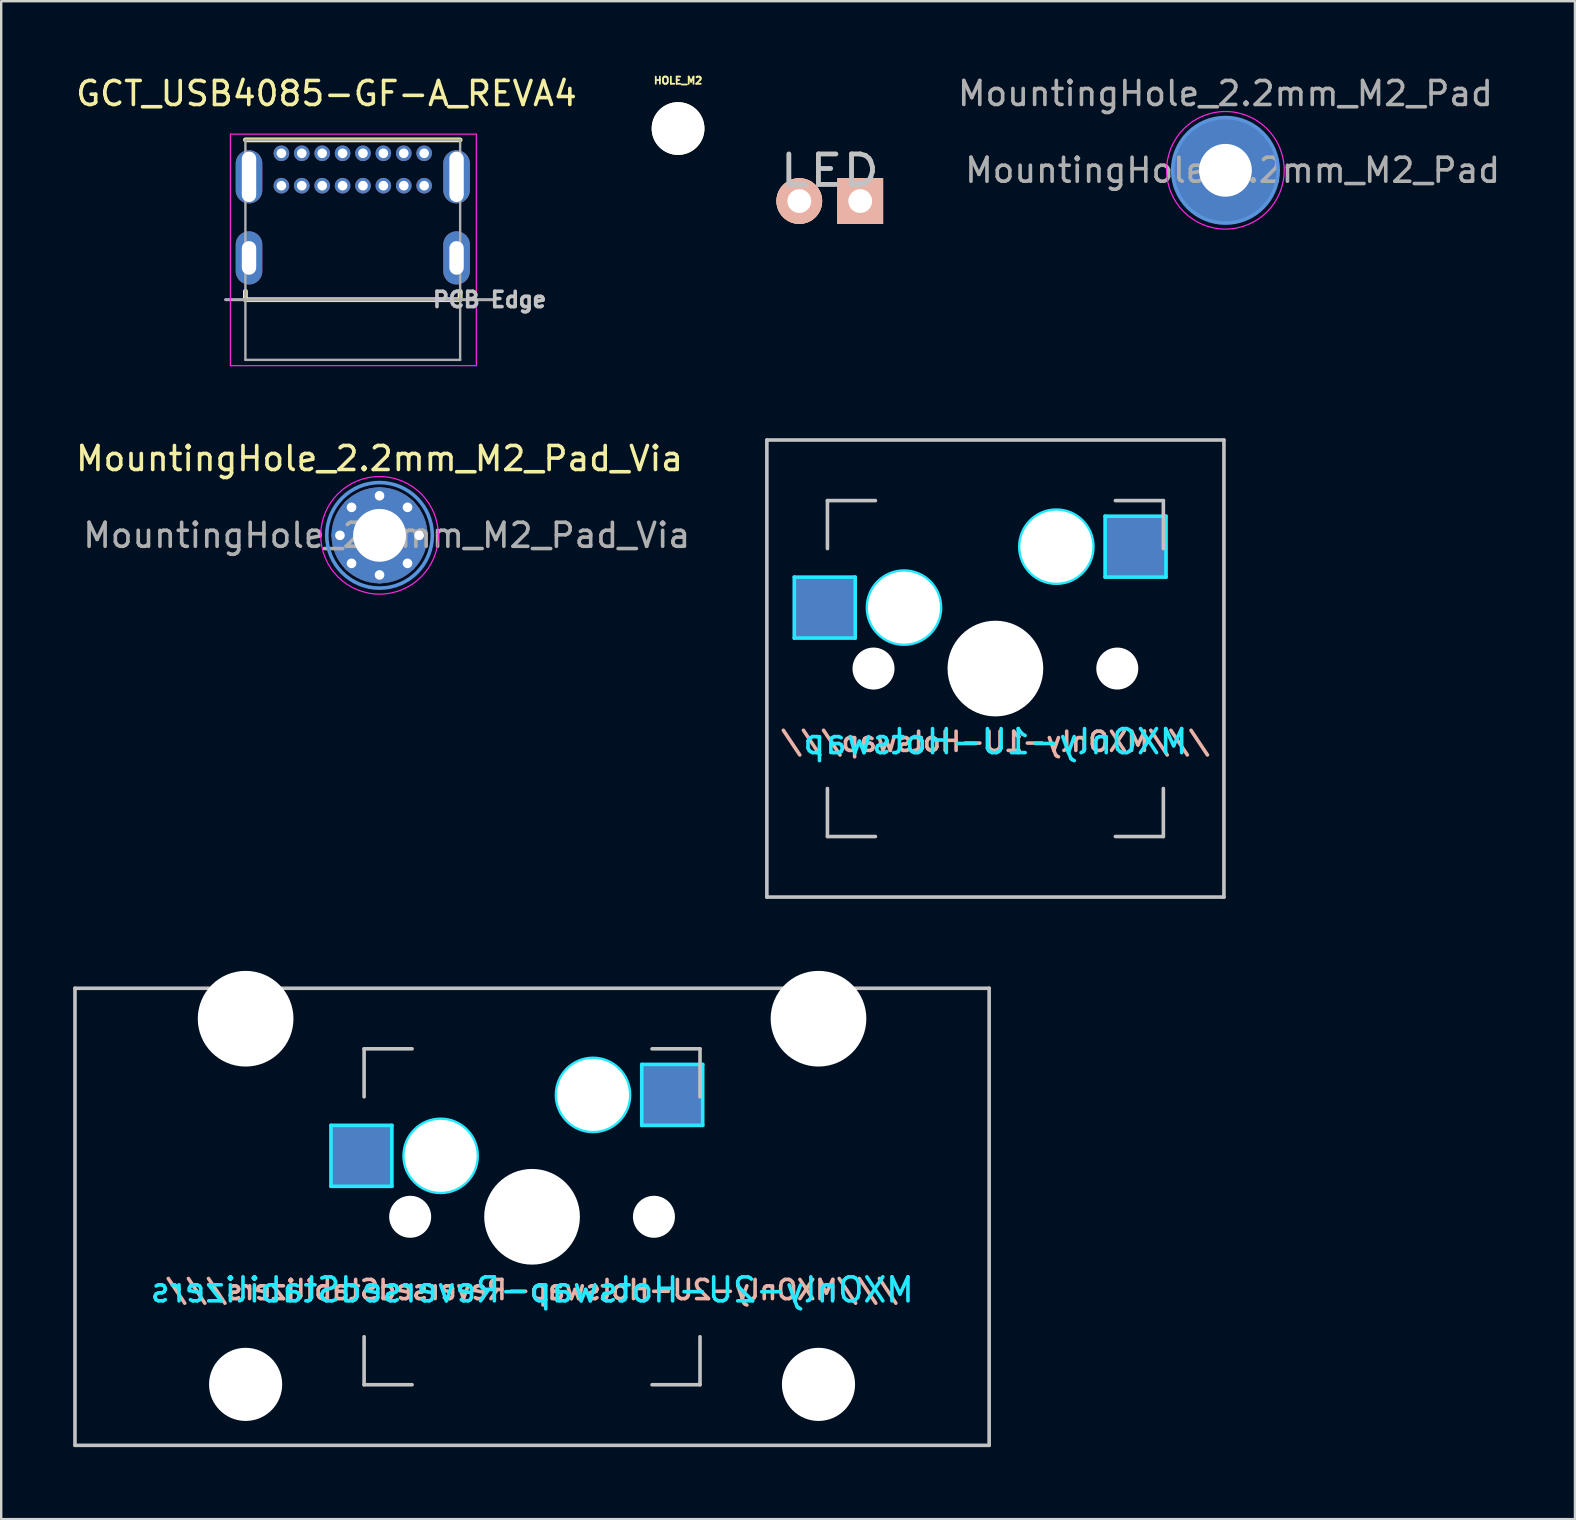
<source format=kicad_pcb>
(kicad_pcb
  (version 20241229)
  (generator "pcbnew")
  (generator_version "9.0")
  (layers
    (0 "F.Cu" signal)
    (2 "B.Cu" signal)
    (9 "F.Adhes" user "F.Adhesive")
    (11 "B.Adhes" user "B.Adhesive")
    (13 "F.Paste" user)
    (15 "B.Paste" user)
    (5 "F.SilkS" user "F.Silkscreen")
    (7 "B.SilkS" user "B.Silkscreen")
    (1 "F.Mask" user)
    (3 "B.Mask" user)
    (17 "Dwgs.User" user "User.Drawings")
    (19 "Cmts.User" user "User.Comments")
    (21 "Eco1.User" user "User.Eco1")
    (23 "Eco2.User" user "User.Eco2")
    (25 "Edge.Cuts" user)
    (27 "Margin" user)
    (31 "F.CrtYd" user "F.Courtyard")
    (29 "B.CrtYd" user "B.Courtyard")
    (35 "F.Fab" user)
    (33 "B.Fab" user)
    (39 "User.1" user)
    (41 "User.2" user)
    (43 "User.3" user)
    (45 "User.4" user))
  (footprint "MXOnly-1U-Hotswap"
    (layer "F.Cu")
    (at 38.436 24.814)
    (property "Reference" "MXOnly-1U-Hotswap" (at 0 3.048 0) (layer "B.CrtYd") (effects (font (size 1 1) (thickness 0.15)) (justify mirror)))
    (attr smd)
    (fp_line (start -9.525 -9.525) (end 9.525 -9.525) (stroke (width 0.15) (type solid)) (layer "Dwgs.User"))
    (fp_line (start -9.525 9.525) (end -9.525 -9.525) (stroke (width 0.15) (type solid)) (layer "Dwgs.User"))
    (fp_line (start -7 -7) (end -7 -5) (stroke (width 0.15) (type solid)) (layer "Dwgs.User"))
    (fp_line (start -7 5) (end -7 7) (stroke (width 0.15) (type solid)) (layer "Dwgs.User"))
    (fp_line (start -7 7) (end -5 7) (stroke (width 0.15) (type solid)) (layer "Dwgs.User"))
    (fp_line (start -5 -7) (end -7 -7) (stroke (width 0.15) (type solid)) (layer "Dwgs.User"))
    (fp_line (start 5 -7) (end 7 -7) (stroke (width 0.15) (type solid)) (layer "Dwgs.User"))
    (fp_line (start 5 7) (end 7 7) (stroke (width 0.15) (type solid)) (layer "Dwgs.User"))
    (fp_line (start 7 -7) (end 7 -5) (stroke (width 0.15) (type solid)) (layer "Dwgs.User"))
    (fp_line (start 7 7) (end 7 5) (stroke (width 0.15) (type solid)) (layer "Dwgs.User"))
    (fp_line (start 9.525 -9.525) (end 9.525 9.525) (stroke (width 0.15) (type solid)) (layer "Dwgs.User"))
    (fp_line (start 9.525 9.525) (end -9.525 9.525) (stroke (width 0.15) (type solid)) (layer "Dwgs.User"))
    (fp_line (start -8.382 -3.81) (end -8.382 -1.27) (stroke (width 0.15) (type solid)) (layer "B.CrtYd"))
    (fp_line (start -8.382 -1.27) (end -5.842 -1.27) (stroke (width 0.15) (type solid)) (layer "B.CrtYd"))
    (fp_line (start -5.842 -3.81) (end -8.382 -3.81) (stroke (width 0.15) (type solid)) (layer "B.CrtYd"))
    (fp_line (start -5.842 -1.27) (end -5.842 -3.81) (stroke (width 0.15) (type solid)) (layer "B.CrtYd"))
    (fp_line (start 4.572 -6.35) (end 7.112 -6.35) (stroke (width 0.15) (type solid)) (layer "B.CrtYd"))
    (fp_line (start 4.572 -3.81) (end 4.572 -6.35) (stroke (width 0.15) (type solid)) (layer "B.CrtYd"))
    (fp_line (start 7.112 -6.35) (end 7.112 -3.81) (stroke (width 0.15) (type solid)) (layer "B.CrtYd"))
    (fp_line (start 7.112 -3.81) (end 4.572 -3.81) (stroke (width 0.15) (type solid)) (layer "B.CrtYd"))
    (fp_circle (center -3.81 -2.54) (end -3.81 -4.064) (stroke (width 0.15) (type solid)) (fill no) (layer "B.CrtYd"))
    (fp_circle (center 2.54 -5.08) (end 2.54 -6.604) (stroke (width 0.15) (type solid)) (fill no) (layer "B.CrtYd"))
    (fp_text user "///${REFERENCE}///" (at 0 3.048 0) (layer "B.SilkS") (effects (font (size 0.8 0.8) (thickness 0.15)) (justify mirror)))
    (pad "" np_thru_hole circle (at -5.08 0 48.1) (size 1.75 1.75) (drill 1.75) (layers "*.Cu" "*.Mask"))
    (pad "" np_thru_hole circle (at -3.81 -2.54) (size 3 3) (drill 3) (layers "*.Cu" "*.Mask"))
    (pad "" np_thru_hole circle (at 0 0) (size 3.988 3.988) (drill 3.988) (layers "*.Cu" "*.Mask"))
    (pad "" np_thru_hole circle (at 2.54 -5.08) (size 3 3) (drill 3) (layers "*.Cu" "*.Mask"))
    (pad "" np_thru_hole circle (at 5.08 0 48.1) (size 1.75 1.75) (drill 1.75) (layers "*.Cu" "*.Mask"))
    (pad "1" smd rect (at -7.085 -2.54) (size 2.55 2.5) (layers "B.Cu" "B.Mask" "B.Paste"))
    (pad "2" smd rect (at 5.842 -5.08) (size 2.55 2.5) (layers "B.Cu" "B.Mask" "B.Paste")))
  (footprint "HOLE_M2"
    (layer "F.Cu")
    (at 25.21 2.307)
    (property "Reference" "HOLE_M2" (at 0 -2 0) (layer "F.SilkS") (effects (font (size 0.3 0.3) (thickness 0.075))))
    (attr through_hole)
    (pad "" np_thru_hole circle (at 0 0) (size 2.2 2.2) (drill 2.2) (layers "*.Cu" "*.Mask" "F.SilkS")))
  (footprint "MountingHole_2.2mm_M2_Pad"
    (layer "F.Cu")
    (at 48.023 4.048)
    (property "Reference" "MountingHole_2.2mm_M2_Pad" (at 0 -3.2 0) (layer "F.Fab") (effects (font (size 1 1) (thickness 0.15))))
    (attr exclude_from_pos_files exclude_from_bom)
    (fp_circle (center 0 0) (end 2.2 0) (stroke (width 0.15) (type solid)) (fill no) (layer "Cmts.User"))
    (fp_circle (center 0 0) (end 2.45 0) (stroke (width 0.05) (type solid)) (fill no) (layer "F.CrtYd"))
    (fp_text user "${REFERENCE}" (at 0.3 0 0) (layer "F.Fab") (effects (font (size 1 1) (thickness 0.15))))
    (pad "1" thru_hole circle (at 0 0) (size 4.4 4.4) (drill 2.2) (layers "*.Cu" "*.Mask")))
  (footprint "LED"
    (layer "F.Cu")
    (at 31.533 0.25)
    (property "Reference" "LED" (at 0 3.81 0) (layer "Dwgs.User") (effects (font (size 1.27 1.524) (thickness 0.203))))
    (attr through_hole)
    (pad "1" thru_hole rect (at 1.27 5.08) (size 1.905 1.905) (drill 0.991) (layers "*.Cu" "*.SilkS" "*.Mask"))
    (pad "2" thru_hole circle (at -1.27 5.08) (size 1.905 1.905) (drill 0.991) (layers "*.Cu" "*.SilkS" "*.Mask")))
  (footprint "MXOnly-2U-Hotswap-ReversedStabilizers"
    (layer "F.Cu")
    (at 19.125 47.663)
    (property "Reference" "MXOnly-2U-Hotswap-ReversedStabilizers" (at 0 3.048 0) (layer "B.CrtYd") (effects (font (size 1 1) (thickness 0.15)) (justify mirror)))
    (attr smd)
    (fp_line (start -19.05 -9.525) (end 19.05 -9.525) (stroke (width 0.15) (type solid)) (layer "Dwgs.User"))
    (fp_line (start -19.05 9.525) (end -19.05 -9.525) (stroke (width 0.15) (type solid)) (layer "Dwgs.User"))
    (fp_line (start -7 -7) (end -7 -5) (stroke (width 0.15) (type solid)) (layer "Dwgs.User"))
    (fp_line (start -7 5) (end -7 7) (stroke (width 0.15) (type solid)) (layer "Dwgs.User"))
    (fp_line (start -7 7) (end -5 7) (stroke (width 0.15) (type solid)) (layer "Dwgs.User"))
    (fp_line (start -5 -7) (end -7 -7) (stroke (width 0.15) (type solid)) (layer "Dwgs.User"))
    (fp_line (start 5 -7) (end 7 -7) (stroke (width 0.15) (type solid)) (layer "Dwgs.User"))
    (fp_line (start 5 7) (end 7 7) (stroke (width 0.15) (type solid)) (layer "Dwgs.User"))
    (fp_line (start 7 -7) (end 7 -5) (stroke (width 0.15) (type solid)) (layer "Dwgs.User"))
    (fp_line (start 7 7) (end 7 5) (stroke (width 0.15) (type solid)) (layer "Dwgs.User"))
    (fp_line (start 19.05 -9.525) (end 19.05 9.525) (stroke (width 0.15) (type solid)) (layer "Dwgs.User"))
    (fp_line (start 19.05 9.525) (end -19.05 9.525) (stroke (width 0.15) (type solid)) (layer "Dwgs.User"))
    (fp_line (start -8.382 -3.81) (end -5.842 -3.81) (stroke (width 0.15) (type solid)) (layer "B.CrtYd"))
    (fp_line (start -8.382 -1.27) (end -8.382 -3.81) (stroke (width 0.15) (type solid)) (layer "B.CrtYd"))
    (fp_line (start -5.842 -3.81) (end -5.842 -1.27) (stroke (width 0.15) (type solid)) (layer "B.CrtYd"))
    (fp_line (start -5.842 -1.27) (end -8.382 -1.27) (stroke (width 0.15) (type solid)) (layer "B.CrtYd"))
    (fp_line (start 4.572 -6.35) (end 7.112 -6.35) (stroke (width 0.15) (type solid)) (layer "B.CrtYd"))
    (fp_line (start 4.572 -3.81) (end 4.572 -6.35) (stroke (width 0.15) (type solid)) (layer "B.CrtYd"))
    (fp_line (start 7.112 -6.35) (end 7.112 -3.81) (stroke (width 0.15) (type solid)) (layer "B.CrtYd"))
    (fp_line (start 7.112 -3.81) (end 4.572 -3.81) (stroke (width 0.15) (type solid)) (layer "B.CrtYd"))
    (fp_circle (center -3.81 -2.54) (end -3.81 -4.064) (stroke (width 0.15) (type solid)) (fill no) (layer "B.CrtYd"))
    (fp_circle (center 2.54 -5.08) (end 2.54 -6.604) (stroke (width 0.15) (type solid)) (fill no) (layer "B.CrtYd"))
    (fp_text user "///${REFERENCE}///" (at 0 3.048 0) (layer "B.SilkS") (effects (font (size 0.8 0.8) (thickness 0.15)) (justify mirror)))
    (pad "" np_thru_hole circle (at -11.938 -8.255) (size 3.988 3.988) (drill 3.988) (layers "*.Cu" "*.Mask"))
    (pad "" np_thru_hole circle (at -11.938 6.985) (size 3.048 3.048) (drill 3.048) (layers "*.Cu" "*.Mask"))
    (pad "" np_thru_hole circle (at -5.08 0 48.1) (size 1.75 1.75) (drill 1.75) (layers "*.Cu" "*.Mask"))
    (pad "" np_thru_hole circle (at -3.81 -2.54) (size 3 3) (drill 3) (layers "*.Cu" "*.Mask"))
    (pad "" np_thru_hole circle (at 0 0) (size 3.988 3.988) (drill 3.988) (layers "*.Cu" "*.Mask"))
    (pad "" np_thru_hole circle (at 2.54 -5.08) (size 3 3) (drill 3) (layers "*.Cu" "*.Mask"))
    (pad "" np_thru_hole circle (at 5.08 0 48.1) (size 1.75 1.75) (drill 1.75) (layers "*.Cu" "*.Mask"))
    (pad "" np_thru_hole circle (at 11.938 -8.255) (size 3.988 3.988) (drill 3.988) (layers "*.Cu" "*.Mask"))
    (pad "" np_thru_hole circle (at 11.938 6.985) (size 3.048 3.048) (drill 3.048) (layers "*.Cu" "*.Mask"))
    (pad "1" smd rect (at -7.085 -2.54) (size 2.55 2.5) (layers "B.Cu" "B.Mask" "B.Paste"))
    (pad "2" smd rect (at 5.842 -5.08) (size 2.55 2.5) (layers "B.Cu" "B.Mask" "B.Paste")))
  (footprint "MountingHole_2.2mm_M2_Pad_Via"
    (layer "F.Cu")
    (at 12.768 19.262)
    (property "Reference" "MountingHole_2.2mm_M2_Pad_Via" (at 0 -3.2 0) (layer "F.SilkS") (effects (font (size 1 1) (thickness 0.15))))
    (attr exclude_from_pos_files exclude_from_bom)
    (fp_circle (center 0 0) (end 2.2 0) (stroke (width 0.15) (type solid)) (fill no) (layer "Cmts.User"))
    (fp_circle (center 0 0) (end 1.1 0) (stroke (width 0.12) (type solid)) (fill no) (layer "Eco1.User"))
    (fp_circle (center 0 0) (end 2.45 0) (stroke (width 0.05) (type solid)) (fill no) (layer "F.CrtYd"))
    (fp_text user "${REFERENCE}" (at 0.3 0 0) (layer "F.Fab") (effects (font (size 1 1) (thickness 0.15))))
    (pad "1" thru_hole circle (at -1.65 0) (size 0.7 0.7) (drill 0.4) (layers "*.Cu" "*.Mask"))
    (pad "1" thru_hole circle (at -1.167 -1.167) (size 0.7 0.7) (drill 0.4) (layers "*.Cu" "*.Mask"))
    (pad "1" thru_hole circle (at -1.167 1.167) (size 0.7 0.7) (drill 0.4) (layers "*.Cu" "*.Mask"))
    (pad "1" thru_hole circle (at 0 -1.65) (size 0.7 0.7) (drill 0.4) (layers "*.Cu" "*.Mask"))
    (pad "1" thru_hole circle (at 0 0) (size 4 4) (drill 2.2) (layers "*.Cu" "*.Mask"))
    (pad "1" thru_hole circle (at 0 1.65) (size 0.7 0.7) (drill 0.4) (layers "*.Cu" "*.Mask"))
    (pad "1" thru_hole circle (at 1.167 -1.167) (size 0.7 0.7) (drill 0.4) (layers "*.Cu" "*.Mask"))
    (pad "1" thru_hole circle (at 1.167 1.167) (size 0.7 0.7) (drill 0.4) (layers "*.Cu" "*.Mask"))
    (pad "1" thru_hole circle (at 1.65 0) (size 0.7 0.7) (drill 0.4) (layers "*.Cu" "*.Mask")))
  (footprint "GCT_USB4085-GF-A_REVA4"
    (layer "F.Cu")
    (at 11.653 7.364)
    (property "Reference" "GCT_USB4085-GF-A_REVA4" (at -1.097 -6.515 0) (layer "F.SilkS") (effects (font (size 1 1) (thickness 0.15))))
    (attr through_hole)
    (fp_line (start -4.475 -4.585) (end 4.475 -4.585) (stroke (width 0.2) (type solid)) (layer "F.SilkS"))
    (fp_line (start -4.475 1.725) (end -4.475 2.075) (stroke (width 0.2) (type solid)) (layer "F.SilkS"))
    (fp_line (start -4.475 2.075) (end 4.475 2.075) (stroke (width 0.2) (type solid)) (layer "F.SilkS"))
    (fp_line (start 4.475 2.075) (end 4.475 1.725) (stroke (width 0.2) (type solid)) (layer "F.SilkS"))
    (fp_line (start -5.1 -4.825) (end 5.15 -4.825) (stroke (width 0.05) (type solid)) (layer "F.CrtYd"))
    (fp_line (start -5.1 4.825) (end -5.1 -4.825) (stroke (width 0.05) (type solid)) (layer "F.CrtYd"))
    (fp_line (start 5.15 -4.825) (end 5.15 4.825) (stroke (width 0.05) (type solid)) (layer "F.CrtYd"))
    (fp_line (start 5.15 4.825) (end -5.1 4.825) (stroke (width 0.05) (type solid)) (layer "F.CrtYd"))
    (fp_line (start -5.3 2.075) (end 5.9 2.075) (stroke (width 0.127) (type solid)) (layer "F.Fab"))
    (fp_line (start -4.475 -4.585) (end 4.475 -4.585) (stroke (width 0.1) (type solid)) (layer "F.Fab"))
    (fp_line (start -4.475 4.585) (end -4.475 -4.585) (stroke (width 0.1) (type solid)) (layer "F.Fab"))
    (fp_line (start 4.475 -4.585) (end 4.475 4.585) (stroke (width 0.1) (type solid)) (layer "F.Fab"))
    (fp_line (start 4.475 4.585) (end -4.475 4.585) (stroke (width 0.1) (type solid)) (layer "F.Fab"))
    (fp_text user "PCB Edge" (at 5.703 2.076 0) (layer "Dwgs.User") (effects (font (size 0.64 0.64) (thickness 0.15))))
    (pad "A1" thru_hole circle (at -2.975 -4.025) (size 0.65 0.65) (drill 0.4) (layers "*.Cu" "*.Mask"))
    (pad "A4" thru_hole circle (at -2.125 -4.025) (size 0.65 0.65) (drill 0.4) (layers "*.Cu" "*.Mask"))
    (pad "A5" thru_hole circle (at -1.275 -4.025) (size 0.65 0.65) (drill 0.4) (layers "*.Cu" "*.Mask"))
    (pad "A6" thru_hole circle (at -0.425 -4.025) (size 0.65 0.65) (drill 0.4) (layers "*.Cu" "*.Mask"))
    (pad "A7" thru_hole circle (at 0.425 -4.025) (size 0.65 0.65) (drill 0.4) (layers "*.Cu" "*.Mask"))
    (pad "A8" thru_hole circle (at 1.275 -4.025) (size 0.65 0.65) (drill 0.4) (layers "*.Cu" "*.Mask"))
    (pad "A9" thru_hole circle (at 2.125 -4.025) (size 0.65 0.65) (drill 0.4) (layers "*.Cu" "*.Mask"))
    (pad "A12" thru_hole circle (at 2.975 -4.025) (size 0.65 0.65) (drill 0.4) (layers "*.Cu" "*.Mask"))
    (pad "B1" thru_hole circle (at 2.975 -2.675) (size 0.65 0.65) (drill 0.4) (layers "*.Cu" "*.Mask"))
    (pad "B4" thru_hole circle (at 2.125 -2.675) (size 0.65 0.65) (drill 0.4) (layers "*.Cu" "*.Mask"))
    (pad "B5" thru_hole circle (at 1.275 -2.675) (size 0.65 0.65) (drill 0.4) (layers "*.Cu" "*.Mask"))
    (pad "B6" thru_hole circle (at 0.425 -2.675) (size 0.65 0.65) (drill 0.4) (layers "*.Cu" "*.Mask"))
    (pad "B7" thru_hole circle (at -0.425 -2.675) (size 0.65 0.65) (drill 0.4) (layers "*.Cu" "*.Mask"))
    (pad "B8" thru_hole circle (at -1.275 -2.675) (size 0.65 0.65) (drill 0.4) (layers "*.Cu" "*.Mask"))
    (pad "B9" thru_hole circle (at -2.125 -2.675) (size 0.65 0.65) (drill 0.4) (layers "*.Cu" "*.Mask"))
    (pad "B12" thru_hole circle (at -2.975 -2.675) (size 0.65 0.65) (drill 0.4) (layers "*.Cu" "*.Mask"))
    (pad "P1" thru_hole oval (at -4.325 -3.045) (size 1.108 2.216) (drill oval 0.6 2.1) (layers "*.Cu" "*.Mask"))
    (pad "P2" thru_hole oval (at 4.325 -3.045) (size 1.108 2.216) (drill oval 0.6 2.1) (layers "*.Cu" "*.Mask"))
    (pad "P3" thru_hole oval (at 4.325 0.335) (size 1.108 2.216) (drill oval 0.6 1.4) (layers "*.Cu" "*.Mask"))
    (pad "P4" thru_hole oval (at -4.325 0.335) (size 1.108 2.216) (drill oval 0.6 1.4) (layers "*.Cu" "*.Mask")))
  (gr_rect
    (start -3 -3)
    (end 62.591 60.263)
    (stroke (width 0.1) (type default))
    (fill no)
    (layer "Edge.Cuts")))
</source>
